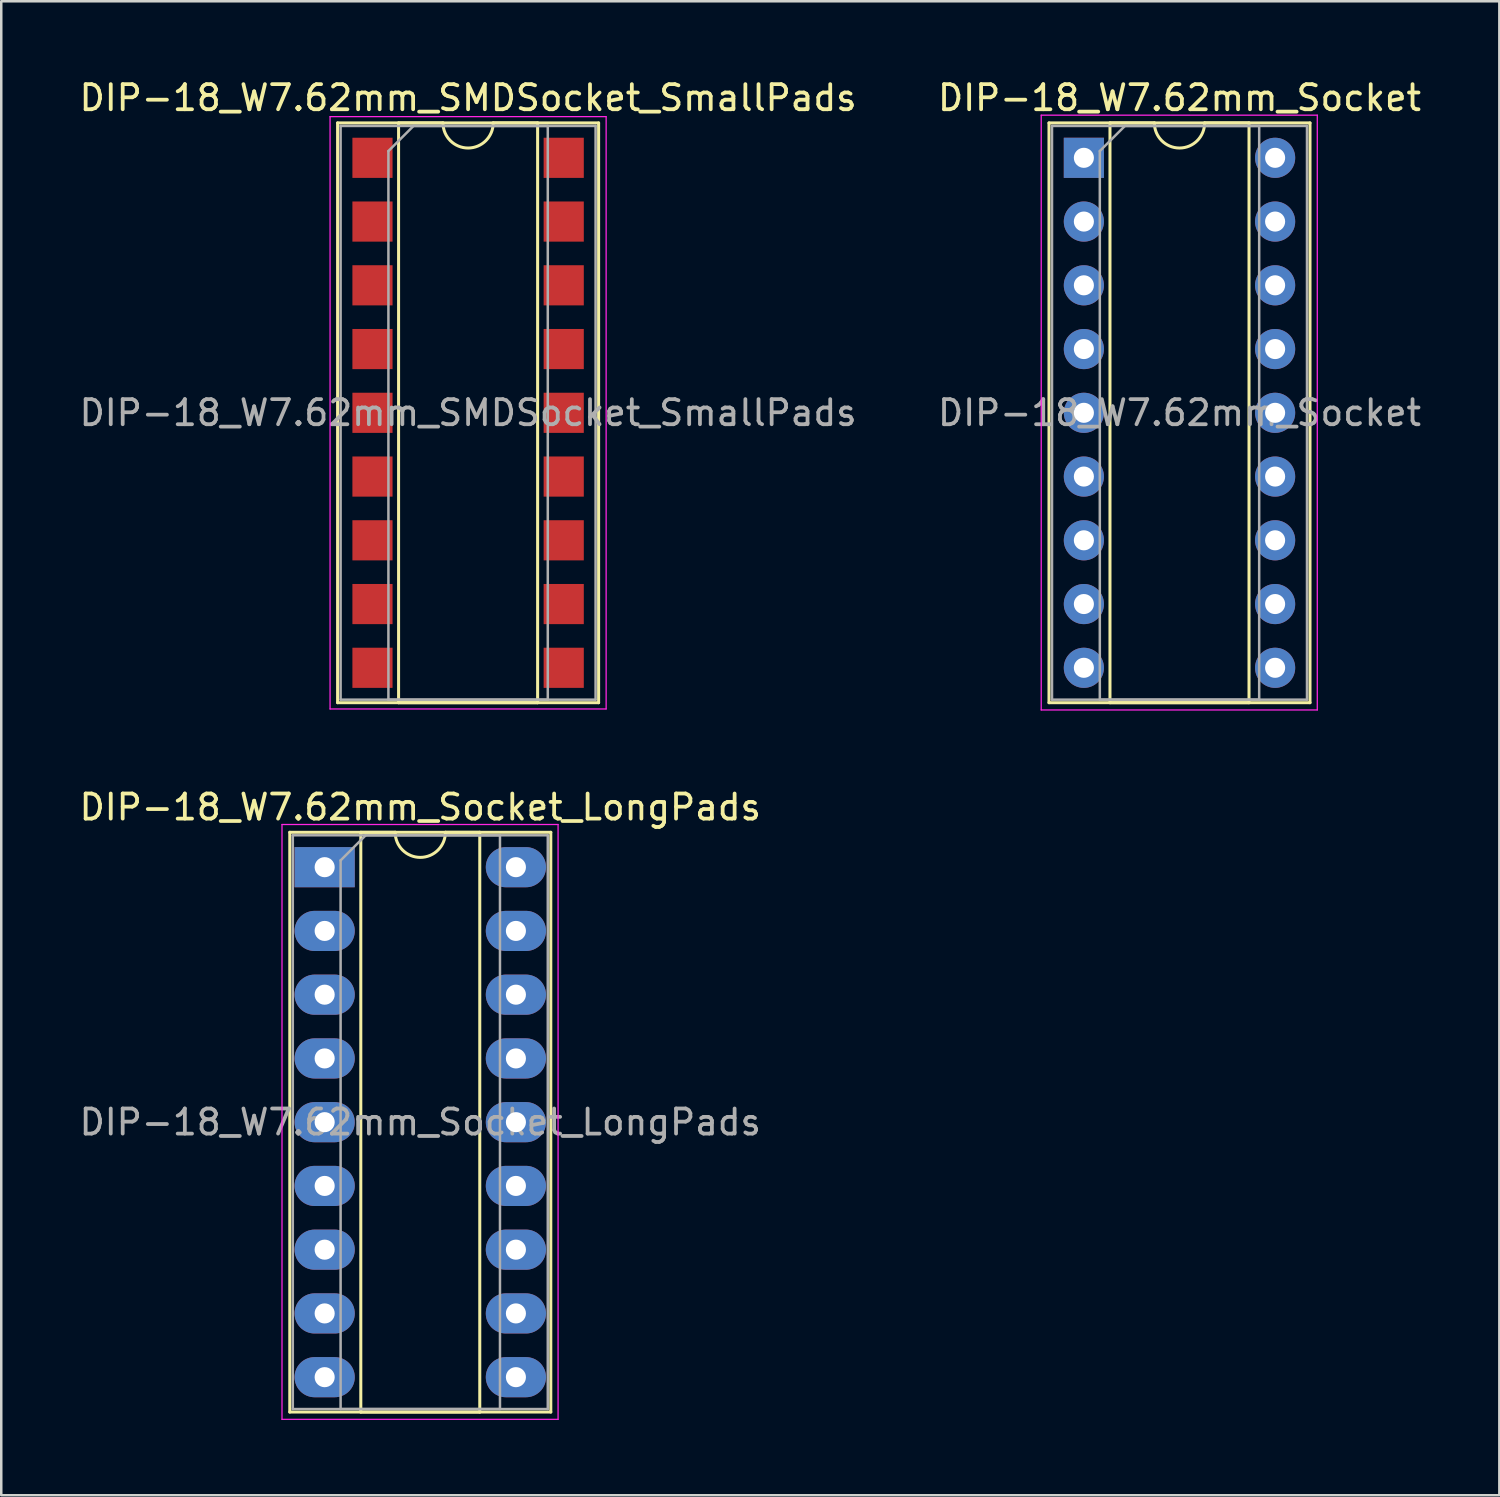
<source format=kicad_pcb>
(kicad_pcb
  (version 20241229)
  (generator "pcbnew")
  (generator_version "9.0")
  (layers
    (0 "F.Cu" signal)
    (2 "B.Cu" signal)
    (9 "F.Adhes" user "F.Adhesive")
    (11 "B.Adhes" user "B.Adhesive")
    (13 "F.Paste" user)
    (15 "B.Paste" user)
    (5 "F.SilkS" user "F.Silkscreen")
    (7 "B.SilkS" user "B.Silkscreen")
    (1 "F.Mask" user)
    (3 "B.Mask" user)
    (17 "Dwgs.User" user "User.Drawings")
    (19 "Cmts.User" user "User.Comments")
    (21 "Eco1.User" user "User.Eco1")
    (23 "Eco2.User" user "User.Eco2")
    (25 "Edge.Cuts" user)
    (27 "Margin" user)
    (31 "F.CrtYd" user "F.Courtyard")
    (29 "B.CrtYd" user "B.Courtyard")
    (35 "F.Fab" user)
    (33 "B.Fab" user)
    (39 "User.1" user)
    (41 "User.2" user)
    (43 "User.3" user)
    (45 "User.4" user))
  (footprint "DIP-18_W7.62mm_Socket"
    (layer "F.Cu")
    (at 40.136 3.238)
    (property "Reference" "DIP-18_W7.62mm_Socket" (at 3.81 -2.39 0) (layer "F.SilkS") (effects (font (size 1 1) (thickness 0.15))))
    (attr through_hole)
    (fp_line (start -1.39 -1.39) (end -1.39 21.71) (stroke (width 0.12) (type solid)) (layer "F.SilkS"))
    (fp_line (start -1.39 21.71) (end 9.01 21.71) (stroke (width 0.12) (type solid)) (layer "F.SilkS"))
    (fp_line (start 1.04 -1.39) (end 1.04 21.71) (stroke (width 0.12) (type solid)) (layer "F.SilkS"))
    (fp_line (start 1.04 21.71) (end 6.58 21.71) (stroke (width 0.12) (type solid)) (layer "F.SilkS"))
    (fp_line (start 2.81 -1.39) (end 1.04 -1.39) (stroke (width 0.12) (type solid)) (layer "F.SilkS"))
    (fp_line (start 6.58 -1.39) (end 4.81 -1.39) (stroke (width 0.12) (type solid)) (layer "F.SilkS"))
    (fp_line (start 6.58 21.71) (end 6.58 -1.39) (stroke (width 0.12) (type solid)) (layer "F.SilkS"))
    (fp_line (start 9.01 -1.39) (end -1.39 -1.39) (stroke (width 0.12) (type solid)) (layer "F.SilkS"))
    (fp_line (start 9.01 21.71) (end 9.01 -1.39) (stroke (width 0.12) (type solid)) (layer "F.SilkS"))
    (fp_arc (start 4.81 -1.39) (mid 3.81 -0.39) (end 2.81 -1.39) (stroke (width 0.12) (type solid)) (layer "F.SilkS"))
    (fp_line (start -1.7 -1.7) (end -1.7 22) (stroke (width 0.05) (type solid)) (layer "F.CrtYd"))
    (fp_line (start -1.7 22) (end 9.3 22) (stroke (width 0.05) (type solid)) (layer "F.CrtYd"))
    (fp_line (start 9.3 -1.7) (end -1.7 -1.7) (stroke (width 0.05) (type solid)) (layer "F.CrtYd"))
    (fp_line (start 9.3 22) (end 9.3 -1.7) (stroke (width 0.05) (type solid)) (layer "F.CrtYd"))
    (fp_line (start -1.27 -1.27) (end -1.27 21.59) (stroke (width 0.1) (type solid)) (layer "F.Fab"))
    (fp_line (start -1.27 21.59) (end 8.89 21.59) (stroke (width 0.1) (type solid)) (layer "F.Fab"))
    (fp_line (start 0.635 -0.27) (end 1.635 -1.27) (stroke (width 0.1) (type solid)) (layer "F.Fab"))
    (fp_line (start 0.635 21.59) (end 0.635 -0.27) (stroke (width 0.1) (type solid)) (layer "F.Fab"))
    (fp_line (start 1.635 -1.27) (end 6.985 -1.27) (stroke (width 0.1) (type solid)) (layer "F.Fab"))
    (fp_line (start 6.985 -1.27) (end 6.985 21.59) (stroke (width 0.1) (type solid)) (layer "F.Fab"))
    (fp_line (start 6.985 21.59) (end 0.635 21.59) (stroke (width 0.1) (type solid)) (layer "F.Fab"))
    (fp_line (start 8.89 -1.27) (end -1.27 -1.27) (stroke (width 0.1) (type solid)) (layer "F.Fab"))
    (fp_line (start 8.89 21.59) (end 8.89 -1.27) (stroke (width 0.1) (type solid)) (layer "F.Fab"))
    (fp_text user "${REFERENCE}" (at 3.81 10.16 0) (layer "F.Fab") (effects (font (size 1 1) (thickness 0.15))))
    (pad "1" thru_hole rect (at 0 0) (size 1.6 1.6) (drill 0.8) (layers "*.Cu" "*.Mask"))
    (pad "2" thru_hole oval (at 0 2.54) (size 1.6 1.6) (drill 0.8) (layers "*.Cu" "*.Mask"))
    (pad "3" thru_hole oval (at 0 5.08) (size 1.6 1.6) (drill 0.8) (layers "*.Cu" "*.Mask"))
    (pad "4" thru_hole oval (at 0 7.62) (size 1.6 1.6) (drill 0.8) (layers "*.Cu" "*.Mask"))
    (pad "5" thru_hole oval (at 0 10.16) (size 1.6 1.6) (drill 0.8) (layers "*.Cu" "*.Mask"))
    (pad "6" thru_hole oval (at 0 12.7) (size 1.6 1.6) (drill 0.8) (layers "*.Cu" "*.Mask"))
    (pad "7" thru_hole oval (at 0 15.24) (size 1.6 1.6) (drill 0.8) (layers "*.Cu" "*.Mask"))
    (pad "8" thru_hole oval (at 0 17.78) (size 1.6 1.6) (drill 0.8) (layers "*.Cu" "*.Mask"))
    (pad "9" thru_hole oval (at 0 20.32) (size 1.6 1.6) (drill 0.8) (layers "*.Cu" "*.Mask"))
    (pad "10" thru_hole oval (at 7.62 20.32) (size 1.6 1.6) (drill 0.8) (layers "*.Cu" "*.Mask"))
    (pad "11" thru_hole oval (at 7.62 17.78) (size 1.6 1.6) (drill 0.8) (layers "*.Cu" "*.Mask"))
    (pad "12" thru_hole oval (at 7.62 15.24) (size 1.6 1.6) (drill 0.8) (layers "*.Cu" "*.Mask"))
    (pad "13" thru_hole oval (at 7.62 12.7) (size 1.6 1.6) (drill 0.8) (layers "*.Cu" "*.Mask"))
    (pad "14" thru_hole oval (at 7.62 10.16) (size 1.6 1.6) (drill 0.8) (layers "*.Cu" "*.Mask"))
    (pad "15" thru_hole oval (at 7.62 7.62) (size 1.6 1.6) (drill 0.8) (layers "*.Cu" "*.Mask"))
    (pad "16" thru_hole oval (at 7.62 5.08) (size 1.6 1.6) (drill 0.8) (layers "*.Cu" "*.Mask"))
    (pad "17" thru_hole oval (at 7.62 2.54) (size 1.6 1.6) (drill 0.8) (layers "*.Cu" "*.Mask"))
    (pad "18" thru_hole oval (at 7.62 0) (size 1.6 1.6) (drill 0.8) (layers "*.Cu" "*.Mask")))
  (footprint "DIP-18_W7.62mm_SMDSocket_SmallPads"
    (layer "F.Cu")
    (at 15.601 13.398)
    (property "Reference" "DIP-18_W7.62mm_SMDSocket_SmallPads" (at 0 -12.55 0) (layer "F.SilkS") (effects (font (size 1 1) (thickness 0.15))))
    (attr smd)
    (fp_line (start -5.2 -11.55) (end -5.2 11.55) (stroke (width 0.12) (type solid)) (layer "F.SilkS"))
    (fp_line (start -5.2 11.55) (end 5.2 11.55) (stroke (width 0.12) (type solid)) (layer "F.SilkS"))
    (fp_line (start -2.77 -11.55) (end -2.77 11.55) (stroke (width 0.12) (type solid)) (layer "F.SilkS"))
    (fp_line (start -2.77 11.55) (end 2.77 11.55) (stroke (width 0.12) (type solid)) (layer "F.SilkS"))
    (fp_line (start -1 -11.55) (end -2.77 -11.55) (stroke (width 0.12) (type solid)) (layer "F.SilkS"))
    (fp_line (start 2.77 -11.55) (end 1 -11.55) (stroke (width 0.12) (type solid)) (layer "F.SilkS"))
    (fp_line (start 2.77 11.55) (end 2.77 -11.55) (stroke (width 0.12) (type solid)) (layer "F.SilkS"))
    (fp_line (start 5.2 -11.55) (end -5.2 -11.55) (stroke (width 0.12) (type solid)) (layer "F.SilkS"))
    (fp_line (start 5.2 11.55) (end 5.2 -11.55) (stroke (width 0.12) (type solid)) (layer "F.SilkS"))
    (fp_arc (start 1 -11.55) (mid 0 -10.55) (end -1 -11.55) (stroke (width 0.12) (type solid)) (layer "F.SilkS"))
    (fp_line (start -5.5 -11.8) (end -5.5 11.8) (stroke (width 0.05) (type solid)) (layer "F.CrtYd"))
    (fp_line (start -5.5 11.8) (end 5.5 11.8) (stroke (width 0.05) (type solid)) (layer "F.CrtYd"))
    (fp_line (start 5.5 -11.8) (end -5.5 -11.8) (stroke (width 0.05) (type solid)) (layer "F.CrtYd"))
    (fp_line (start 5.5 11.8) (end 5.5 -11.8) (stroke (width 0.05) (type solid)) (layer "F.CrtYd"))
    (fp_line (start -5.08 -11.43) (end -5.08 11.43) (stroke (width 0.1) (type solid)) (layer "F.Fab"))
    (fp_line (start -5.08 11.43) (end 5.08 11.43) (stroke (width 0.1) (type solid)) (layer "F.Fab"))
    (fp_line (start -3.175 -10.43) (end -2.175 -11.43) (stroke (width 0.1) (type solid)) (layer "F.Fab"))
    (fp_line (start -3.175 11.43) (end -3.175 -10.43) (stroke (width 0.1) (type solid)) (layer "F.Fab"))
    (fp_line (start -2.175 -11.43) (end 3.175 -11.43) (stroke (width 0.1) (type solid)) (layer "F.Fab"))
    (fp_line (start 3.175 -11.43) (end 3.175 11.43) (stroke (width 0.1) (type solid)) (layer "F.Fab"))
    (fp_line (start 3.175 11.43) (end -3.175 11.43) (stroke (width 0.1) (type solid)) (layer "F.Fab"))
    (fp_line (start 5.08 -11.43) (end -5.08 -11.43) (stroke (width 0.1) (type solid)) (layer "F.Fab"))
    (fp_line (start 5.08 11.43) (end 5.08 -11.43) (stroke (width 0.1) (type solid)) (layer "F.Fab"))
    (fp_text user "${REFERENCE}" (at 0 0 0) (layer "F.Fab") (effects (font (size 1 1) (thickness 0.15))))
    (pad "1" smd rect (at -3.81 -10.16) (size 1.6 1.6) (layers "F.Cu" "F.Mask" "F.Paste"))
    (pad "2" smd rect (at -3.81 -7.62) (size 1.6 1.6) (layers "F.Cu" "F.Mask" "F.Paste"))
    (pad "3" smd rect (at -3.81 -5.08) (size 1.6 1.6) (layers "F.Cu" "F.Mask" "F.Paste"))
    (pad "4" smd rect (at -3.81 -2.54) (size 1.6 1.6) (layers "F.Cu" "F.Mask" "F.Paste"))
    (pad "5" smd rect (at -3.81 0) (size 1.6 1.6) (layers "F.Cu" "F.Mask" "F.Paste"))
    (pad "6" smd rect (at -3.81 2.54) (size 1.6 1.6) (layers "F.Cu" "F.Mask" "F.Paste"))
    (pad "7" smd rect (at -3.81 5.08) (size 1.6 1.6) (layers "F.Cu" "F.Mask" "F.Paste"))
    (pad "8" smd rect (at -3.81 7.62) (size 1.6 1.6) (layers "F.Cu" "F.Mask" "F.Paste"))
    (pad "9" smd rect (at -3.81 10.16) (size 1.6 1.6) (layers "F.Cu" "F.Mask" "F.Paste"))
    (pad "10" smd rect (at 3.81 10.16) (size 1.6 1.6) (layers "F.Cu" "F.Mask" "F.Paste"))
    (pad "11" smd rect (at 3.81 7.62) (size 1.6 1.6) (layers "F.Cu" "F.Mask" "F.Paste"))
    (pad "12" smd rect (at 3.81 5.08) (size 1.6 1.6) (layers "F.Cu" "F.Mask" "F.Paste"))
    (pad "13" smd rect (at 3.81 2.54) (size 1.6 1.6) (layers "F.Cu" "F.Mask" "F.Paste"))
    (pad "14" smd rect (at 3.81 0) (size 1.6 1.6) (layers "F.Cu" "F.Mask" "F.Paste"))
    (pad "15" smd rect (at 3.81 -2.54) (size 1.6 1.6) (layers "F.Cu" "F.Mask" "F.Paste"))
    (pad "16" smd rect (at 3.81 -5.08) (size 1.6 1.6) (layers "F.Cu" "F.Mask" "F.Paste"))
    (pad "17" smd rect (at 3.81 -7.62) (size 1.6 1.6) (layers "F.Cu" "F.Mask" "F.Paste"))
    (pad "18" smd rect (at 3.81 -10.16) (size 1.6 1.6) (layers "F.Cu" "F.Mask" "F.Paste")))
  (footprint "DIP-18_W7.62mm_Socket_LongPads"
    (layer "F.Cu")
    (at 9.886 31.502)
    (property "Reference" "DIP-18_W7.62mm_Socket_LongPads" (at 3.81 -2.39 0) (layer "F.SilkS") (effects (font (size 1 1) (thickness 0.15))))
    (attr through_hole)
    (fp_line (start -1.39 -1.39) (end -1.39 21.71) (stroke (width 0.12) (type solid)) (layer "F.SilkS"))
    (fp_line (start -1.39 21.71) (end 9.01 21.71) (stroke (width 0.12) (type solid)) (layer "F.SilkS"))
    (fp_line (start 1.44 -1.39) (end 1.44 21.71) (stroke (width 0.12) (type solid)) (layer "F.SilkS"))
    (fp_line (start 1.44 21.71) (end 6.18 21.71) (stroke (width 0.12) (type solid)) (layer "F.SilkS"))
    (fp_line (start 2.81 -1.39) (end 1.44 -1.39) (stroke (width 0.12) (type solid)) (layer "F.SilkS"))
    (fp_line (start 6.18 -1.39) (end 4.81 -1.39) (stroke (width 0.12) (type solid)) (layer "F.SilkS"))
    (fp_line (start 6.18 21.71) (end 6.18 -1.39) (stroke (width 0.12) (type solid)) (layer "F.SilkS"))
    (fp_line (start 9.01 -1.39) (end -1.39 -1.39) (stroke (width 0.12) (type solid)) (layer "F.SilkS"))
    (fp_line (start 9.01 21.71) (end 9.01 -1.39) (stroke (width 0.12) (type solid)) (layer "F.SilkS"))
    (fp_arc (start 4.81 -1.39) (mid 3.81 -0.39) (end 2.81 -1.39) (stroke (width 0.12) (type solid)) (layer "F.SilkS"))
    (fp_line (start -1.7 -1.7) (end -1.7 22) (stroke (width 0.05) (type solid)) (layer "F.CrtYd"))
    (fp_line (start -1.7 22) (end 9.3 22) (stroke (width 0.05) (type solid)) (layer "F.CrtYd"))
    (fp_line (start 9.3 -1.7) (end -1.7 -1.7) (stroke (width 0.05) (type solid)) (layer "F.CrtYd"))
    (fp_line (start 9.3 22) (end 9.3 -1.7) (stroke (width 0.05) (type solid)) (layer "F.CrtYd"))
    (fp_line (start -1.27 -1.27) (end -1.27 21.59) (stroke (width 0.1) (type solid)) (layer "F.Fab"))
    (fp_line (start -1.27 21.59) (end 8.89 21.59) (stroke (width 0.1) (type solid)) (layer "F.Fab"))
    (fp_line (start 0.635 -0.27) (end 1.635 -1.27) (stroke (width 0.1) (type solid)) (layer "F.Fab"))
    (fp_line (start 0.635 21.59) (end 0.635 -0.27) (stroke (width 0.1) (type solid)) (layer "F.Fab"))
    (fp_line (start 1.635 -1.27) (end 6.985 -1.27) (stroke (width 0.1) (type solid)) (layer "F.Fab"))
    (fp_line (start 6.985 -1.27) (end 6.985 21.59) (stroke (width 0.1) (type solid)) (layer "F.Fab"))
    (fp_line (start 6.985 21.59) (end 0.635 21.59) (stroke (width 0.1) (type solid)) (layer "F.Fab"))
    (fp_line (start 8.89 -1.27) (end -1.27 -1.27) (stroke (width 0.1) (type solid)) (layer "F.Fab"))
    (fp_line (start 8.89 21.59) (end 8.89 -1.27) (stroke (width 0.1) (type solid)) (layer "F.Fab"))
    (fp_text user "${REFERENCE}" (at 3.81 10.16 0) (layer "F.Fab") (effects (font (size 1 1) (thickness 0.15))))
    (pad "1" thru_hole rect (at 0 0) (size 2.4 1.6) (drill 0.8) (layers "*.Cu" "*.Mask"))
    (pad "2" thru_hole oval (at 0 2.54) (size 2.4 1.6) (drill 0.8) (layers "*.Cu" "*.Mask"))
    (pad "3" thru_hole oval (at 0 5.08) (size 2.4 1.6) (drill 0.8) (layers "*.Cu" "*.Mask"))
    (pad "4" thru_hole oval (at 0 7.62) (size 2.4 1.6) (drill 0.8) (layers "*.Cu" "*.Mask"))
    (pad "5" thru_hole oval (at 0 10.16) (size 2.4 1.6) (drill 0.8) (layers "*.Cu" "*.Mask"))
    (pad "6" thru_hole oval (at 0 12.7) (size 2.4 1.6) (drill 0.8) (layers "*.Cu" "*.Mask"))
    (pad "7" thru_hole oval (at 0 15.24) (size 2.4 1.6) (drill 0.8) (layers "*.Cu" "*.Mask"))
    (pad "8" thru_hole oval (at 0 17.78) (size 2.4 1.6) (drill 0.8) (layers "*.Cu" "*.Mask"))
    (pad "9" thru_hole oval (at 0 20.32) (size 2.4 1.6) (drill 0.8) (layers "*.Cu" "*.Mask"))
    (pad "10" thru_hole oval (at 7.62 20.32) (size 2.4 1.6) (drill 0.8) (layers "*.Cu" "*.Mask"))
    (pad "11" thru_hole oval (at 7.62 17.78) (size 2.4 1.6) (drill 0.8) (layers "*.Cu" "*.Mask"))
    (pad "12" thru_hole oval (at 7.62 15.24) (size 2.4 1.6) (drill 0.8) (layers "*.Cu" "*.Mask"))
    (pad "13" thru_hole oval (at 7.62 12.7) (size 2.4 1.6) (drill 0.8) (layers "*.Cu" "*.Mask"))
    (pad "14" thru_hole oval (at 7.62 10.16) (size 2.4 1.6) (drill 0.8) (layers "*.Cu" "*.Mask"))
    (pad "15" thru_hole oval (at 7.62 7.62) (size 2.4 1.6) (drill 0.8) (layers "*.Cu" "*.Mask"))
    (pad "16" thru_hole oval (at 7.62 5.08) (size 2.4 1.6) (drill 0.8) (layers "*.Cu" "*.Mask"))
    (pad "17" thru_hole oval (at 7.62 2.54) (size 2.4 1.6) (drill 0.8) (layers "*.Cu" "*.Mask"))
    (pad "18" thru_hole oval (at 7.62 0) (size 2.4 1.6) (drill 0.8) (layers "*.Cu" "*.Mask")))
  (gr_rect
    (start -3 -3)
    (end 56.69 56.526)
    (stroke (width 0.1) (type default))
    (fill no)
    (layer "Edge.Cuts")))
</source>
